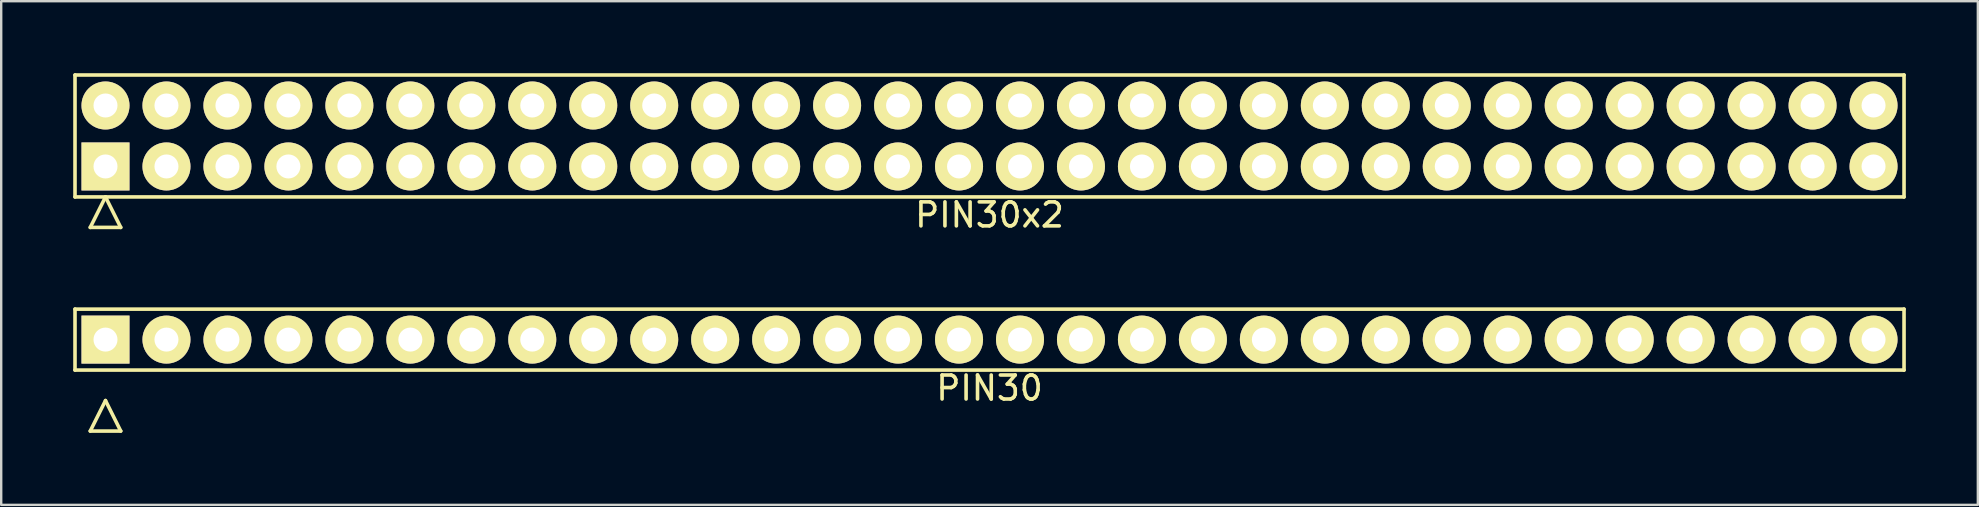
<source format=kicad_pcb>
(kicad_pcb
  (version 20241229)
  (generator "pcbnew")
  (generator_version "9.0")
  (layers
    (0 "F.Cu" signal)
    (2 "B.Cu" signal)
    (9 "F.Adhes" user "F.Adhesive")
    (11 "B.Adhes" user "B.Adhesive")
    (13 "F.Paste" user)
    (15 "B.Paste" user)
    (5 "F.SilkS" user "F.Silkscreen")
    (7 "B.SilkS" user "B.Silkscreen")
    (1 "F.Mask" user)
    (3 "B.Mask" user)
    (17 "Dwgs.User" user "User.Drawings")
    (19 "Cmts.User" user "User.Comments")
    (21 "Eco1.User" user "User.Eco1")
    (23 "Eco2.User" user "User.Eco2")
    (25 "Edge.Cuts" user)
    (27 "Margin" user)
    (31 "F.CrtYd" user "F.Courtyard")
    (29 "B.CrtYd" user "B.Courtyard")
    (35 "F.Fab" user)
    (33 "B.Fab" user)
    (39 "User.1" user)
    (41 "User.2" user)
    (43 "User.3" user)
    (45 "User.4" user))
  (footprint "PIN30"
    (layer "F.Cu")
    (at 38.175 11.098)
    (property "Reference" "PIN30" (at 0 2.02 0) (layer "F.SilkS") (effects (font (size 1 1) (thickness 0.15))))
    (attr through_hole)
    (fp_line (start -38.1 -1.27) (end -38.1 1.27) (stroke (width 0.15) (type solid)) (layer "F.SilkS"))
    (fp_line (start -38.1 1.27) (end 38.1 1.27) (stroke (width 0.15) (type solid)) (layer "F.SilkS"))
    (fp_line (start -37.465 3.81) (end -36.83 2.54) (stroke (width 0.15) (type solid)) (layer "F.SilkS"))
    (fp_line (start -37.465 3.81) (end -36.195 3.81) (stroke (width 0.15) (type solid)) (layer "F.SilkS"))
    (fp_line (start -36.195 3.81) (end -36.83 2.54) (stroke (width 0.15) (type solid)) (layer "F.SilkS"))
    (fp_line (start 38.1 -1.27) (end -38.1 -1.27) (stroke (width 0.15) (type solid)) (layer "F.SilkS"))
    (fp_line (start 38.1 1.27) (end 38.1 -1.27) (stroke (width 0.15) (type solid)) (layer "F.SilkS"))
    (pad "1" thru_hole rect (at -36.83 0) (size 2 2) (drill 1) (layers "*.Cu" "*.Mask" "F.SilkS"))
    (pad "2" thru_hole circle (at -34.29 0) (size 2 2) (drill 1) (layers "*.Cu" "*.Mask" "F.SilkS"))
    (pad "3" thru_hole circle (at -31.75 0) (size 2 2) (drill 1) (layers "*.Cu" "*.Mask" "F.SilkS"))
    (pad "4" thru_hole circle (at -29.21 0) (size 2 2) (drill 1) (layers "*.Cu" "*.Mask" "F.SilkS"))
    (pad "5" thru_hole circle (at -26.67 0) (size 2 2) (drill 1) (layers "*.Cu" "*.Mask" "F.SilkS"))
    (pad "6" thru_hole circle (at -24.13 0) (size 2 2) (drill 1) (layers "*.Cu" "*.Mask" "F.SilkS"))
    (pad "7" thru_hole circle (at -21.59 0) (size 2 2) (drill 1) (layers "*.Cu" "*.Mask" "F.SilkS"))
    (pad "8" thru_hole circle (at -19.05 0) (size 2 2) (drill 1) (layers "*.Cu" "*.Mask" "F.SilkS"))
    (pad "9" thru_hole circle (at -16.51 0) (size 2 2) (drill 1) (layers "*.Cu" "*.Mask" "F.SilkS"))
    (pad "10" thru_hole circle (at -13.97 0) (size 2 2) (drill 1) (layers "*.Cu" "*.Mask" "F.SilkS"))
    (pad "11" thru_hole circle (at -11.43 0) (size 2 2) (drill 1) (layers "*.Cu" "*.Mask" "F.SilkS"))
    (pad "12" thru_hole circle (at -8.89 0) (size 2 2) (drill 1) (layers "*.Cu" "*.Mask" "F.SilkS"))
    (pad "13" thru_hole circle (at -6.35 0) (size 2 2) (drill 1) (layers "*.Cu" "*.Mask" "F.SilkS"))
    (pad "14" thru_hole circle (at -3.81 0) (size 2 2) (drill 1) (layers "*.Cu" "*.Mask" "F.SilkS"))
    (pad "15" thru_hole circle (at -1.27 0) (size 2 2) (drill 1) (layers "*.Cu" "*.Mask" "F.SilkS"))
    (pad "16" thru_hole circle (at 1.27 0) (size 2 2) (drill 1) (layers "*.Cu" "*.Mask" "F.SilkS"))
    (pad "17" thru_hole circle (at 3.81 0) (size 2 2) (drill 1) (layers "*.Cu" "*.Mask" "F.SilkS"))
    (pad "18" thru_hole circle (at 6.35 0) (size 2 2) (drill 1) (layers "*.Cu" "*.Mask" "F.SilkS"))
    (pad "19" thru_hole circle (at 8.89 0) (size 2 2) (drill 1) (layers "*.Cu" "*.Mask" "F.SilkS"))
    (pad "20" thru_hole circle (at 11.43 0) (size 2 2) (drill 1) (layers "*.Cu" "*.Mask" "F.SilkS"))
    (pad "21" thru_hole circle (at 13.97 0) (size 2 2) (drill 1) (layers "*.Cu" "*.Mask" "F.SilkS"))
    (pad "22" thru_hole circle (at 16.51 0) (size 2 2) (drill 1) (layers "*.Cu" "*.Mask" "F.SilkS"))
    (pad "23" thru_hole circle (at 19.05 0) (size 2 2) (drill 1) (layers "*.Cu" "*.Mask" "F.SilkS"))
    (pad "24" thru_hole circle (at 21.59 0) (size 2 2) (drill 1) (layers "*.Cu" "*.Mask" "F.SilkS"))
    (pad "25" thru_hole circle (at 24.13 0) (size 2 2) (drill 1) (layers "*.Cu" "*.Mask" "F.SilkS"))
    (pad "26" thru_hole circle (at 26.67 0) (size 2 2) (drill 1) (layers "*.Cu" "*.Mask" "F.SilkS"))
    (pad "27" thru_hole circle (at 29.21 0) (size 2 2) (drill 1) (layers "*.Cu" "*.Mask" "F.SilkS"))
    (pad "28" thru_hole circle (at 31.75 0) (size 2 2) (drill 1) (layers "*.Cu" "*.Mask" "F.SilkS"))
    (pad "29" thru_hole circle (at 34.29 0) (size 2 2) (drill 1) (layers "*.Cu" "*.Mask" "F.SilkS"))
    (pad "30" thru_hole circle (at 36.83 0) (size 2 2) (drill 1) (layers "*.Cu" "*.Mask" "F.SilkS")))
  (footprint "PIN30x2"
    (layer "F.Cu")
    (at 38.175 2.615)
    (property "Reference" "PIN30x2" (at 0 3.29 0) (layer "F.SilkS") (effects (font (size 1 1) (thickness 0.15))))
    (attr through_hole)
    (fp_line (start -38.1 -2.54) (end -38.1 2.54) (stroke (width 0.15) (type solid)) (layer "F.SilkS"))
    (fp_line (start -38.1 2.54) (end 38.1 2.54) (stroke (width 0.15) (type solid)) (layer "F.SilkS"))
    (fp_line (start -37.465 3.81) (end -36.83 2.54) (stroke (width 0.15) (type solid)) (layer "F.SilkS"))
    (fp_line (start -37.465 3.81) (end -36.195 3.81) (stroke (width 0.15) (type solid)) (layer "F.SilkS"))
    (fp_line (start -36.195 3.81) (end -36.83 2.54) (stroke (width 0.15) (type solid)) (layer "F.SilkS"))
    (fp_line (start 38.1 -2.54) (end -38.1 -2.54) (stroke (width 0.15) (type solid)) (layer "F.SilkS"))
    (fp_line (start 38.1 2.54) (end 38.1 -2.54) (stroke (width 0.15) (type solid)) (layer "F.SilkS"))
    (pad "1" thru_hole rect (at -36.83 1.27) (size 2 2) (drill 1) (layers "*.Cu" "*.Mask" "F.SilkS"))
    (pad "2" thru_hole circle (at -36.83 -1.27) (size 2 2) (drill 1) (layers "*.Cu" "*.Mask" "F.SilkS"))
    (pad "3" thru_hole circle (at -34.29 1.27) (size 2 2) (drill 1) (layers "*.Cu" "*.Mask" "F.SilkS"))
    (pad "4" thru_hole circle (at -34.29 -1.27) (size 2 2) (drill 1) (layers "*.Cu" "*.Mask" "F.SilkS"))
    (pad "5" thru_hole circle (at -31.75 1.27) (size 2 2) (drill 1) (layers "*.Cu" "*.Mask" "F.SilkS"))
    (pad "6" thru_hole circle (at -31.75 -1.27) (size 2 2) (drill 1) (layers "*.Cu" "*.Mask" "F.SilkS"))
    (pad "7" thru_hole circle (at -29.21 1.27) (size 2 2) (drill 1) (layers "*.Cu" "*.Mask" "F.SilkS"))
    (pad "8" thru_hole circle (at -29.21 -1.27) (size 2 2) (drill 1) (layers "*.Cu" "*.Mask" "F.SilkS"))
    (pad "9" thru_hole circle (at -26.67 1.27) (size 2 2) (drill 1) (layers "*.Cu" "*.Mask" "F.SilkS"))
    (pad "10" thru_hole circle (at -26.67 -1.27) (size 2 2) (drill 1) (layers "*.Cu" "*.Mask" "F.SilkS"))
    (pad "11" thru_hole circle (at -24.13 1.27) (size 2 2) (drill 1) (layers "*.Cu" "*.Mask" "F.SilkS"))
    (pad "12" thru_hole circle (at -24.13 -1.27) (size 2 2) (drill 1) (layers "*.Cu" "*.Mask" "F.SilkS"))
    (pad "13" thru_hole circle (at -21.59 1.27) (size 2 2) (drill 1) (layers "*.Cu" "*.Mask" "F.SilkS"))
    (pad "14" thru_hole circle (at -21.59 -1.27) (size 2 2) (drill 1) (layers "*.Cu" "*.Mask" "F.SilkS"))
    (pad "15" thru_hole circle (at -19.05 1.27) (size 2 2) (drill 1) (layers "*.Cu" "*.Mask" "F.SilkS"))
    (pad "16" thru_hole circle (at -19.05 -1.27) (size 2 2) (drill 1) (layers "*.Cu" "*.Mask" "F.SilkS"))
    (pad "17" thru_hole circle (at -16.51 1.27) (size 2 2) (drill 1) (layers "*.Cu" "*.Mask" "F.SilkS"))
    (pad "18" thru_hole circle (at -16.51 -1.27) (size 2 2) (drill 1) (layers "*.Cu" "*.Mask" "F.SilkS"))
    (pad "19" thru_hole circle (at -13.97 1.27) (size 2 2) (drill 1) (layers "*.Cu" "*.Mask" "F.SilkS"))
    (pad "20" thru_hole circle (at -13.97 -1.27) (size 2 2) (drill 1) (layers "*.Cu" "*.Mask" "F.SilkS"))
    (pad "21" thru_hole circle (at -11.43 1.27) (size 2 2) (drill 1) (layers "*.Cu" "*.Mask" "F.SilkS"))
    (pad "22" thru_hole circle (at -11.43 -1.27) (size 2 2) (drill 1) (layers "*.Cu" "*.Mask" "F.SilkS"))
    (pad "23" thru_hole circle (at -8.89 1.27) (size 2 2) (drill 1) (layers "*.Cu" "*.Mask" "F.SilkS"))
    (pad "24" thru_hole circle (at -8.89 -1.27) (size 2 2) (drill 1) (layers "*.Cu" "*.Mask" "F.SilkS"))
    (pad "25" thru_hole circle (at -6.35 1.27) (size 2 2) (drill 1) (layers "*.Cu" "*.Mask" "F.SilkS"))
    (pad "26" thru_hole circle (at -6.35 -1.27) (size 2 2) (drill 1) (layers "*.Cu" "*.Mask" "F.SilkS"))
    (pad "27" thru_hole circle (at -3.81 1.27) (size 2 2) (drill 1) (layers "*.Cu" "*.Mask" "F.SilkS"))
    (pad "28" thru_hole circle (at -3.81 -1.27) (size 2 2) (drill 1) (layers "*.Cu" "*.Mask" "F.SilkS"))
    (pad "29" thru_hole circle (at -1.27 1.27) (size 2 2) (drill 1) (layers "*.Cu" "*.Mask" "F.SilkS"))
    (pad "30" thru_hole circle (at -1.27 -1.27) (size 2 2) (drill 1) (layers "*.Cu" "*.Mask" "F.SilkS"))
    (pad "31" thru_hole circle (at 1.27 1.27) (size 2 2) (drill 1) (layers "*.Cu" "*.Mask" "F.SilkS"))
    (pad "32" thru_hole circle (at 1.27 -1.27) (size 2 2) (drill 1) (layers "*.Cu" "*.Mask" "F.SilkS"))
    (pad "33" thru_hole circle (at 3.81 1.27) (size 2 2) (drill 1) (layers "*.Cu" "*.Mask" "F.SilkS"))
    (pad "34" thru_hole circle (at 3.81 -1.27) (size 2 2) (drill 1) (layers "*.Cu" "*.Mask" "F.SilkS"))
    (pad "35" thru_hole circle (at 6.35 1.27) (size 2 2) (drill 1) (layers "*.Cu" "*.Mask" "F.SilkS"))
    (pad "36" thru_hole circle (at 6.35 -1.27) (size 2 2) (drill 1) (layers "*.Cu" "*.Mask" "F.SilkS"))
    (pad "37" thru_hole circle (at 8.89 1.27) (size 2 2) (drill 1) (layers "*.Cu" "*.Mask" "F.SilkS"))
    (pad "38" thru_hole circle (at 8.89 -1.27) (size 2 2) (drill 1) (layers "*.Cu" "*.Mask" "F.SilkS"))
    (pad "39" thru_hole circle (at 11.43 1.27) (size 2 2) (drill 1) (layers "*.Cu" "*.Mask" "F.SilkS"))
    (pad "40" thru_hole circle (at 11.43 -1.27) (size 2 2) (drill 1) (layers "*.Cu" "*.Mask" "F.SilkS"))
    (pad "41" thru_hole circle (at 13.97 1.27) (size 2 2) (drill 1) (layers "*.Cu" "*.Mask" "F.SilkS"))
    (pad "42" thru_hole circle (at 13.97 -1.27) (size 2 2) (drill 1) (layers "*.Cu" "*.Mask" "F.SilkS"))
    (pad "43" thru_hole circle (at 16.51 1.27) (size 2 2) (drill 1) (layers "*.Cu" "*.Mask" "F.SilkS"))
    (pad "44" thru_hole circle (at 16.51 -1.27) (size 2 2) (drill 1) (layers "*.Cu" "*.Mask" "F.SilkS"))
    (pad "45" thru_hole circle (at 19.05 1.27) (size 2 2) (drill 1) (layers "*.Cu" "*.Mask" "F.SilkS"))
    (pad "46" thru_hole circle (at 19.05 -1.27) (size 2 2) (drill 1) (layers "*.Cu" "*.Mask" "F.SilkS"))
    (pad "47" thru_hole circle (at 21.59 1.27) (size 2 2) (drill 1) (layers "*.Cu" "*.Mask" "F.SilkS"))
    (pad "48" thru_hole circle (at 21.59 -1.27) (size 2 2) (drill 1) (layers "*.Cu" "*.Mask" "F.SilkS"))
    (pad "49" thru_hole circle (at 24.13 1.27) (size 2 2) (drill 1) (layers "*.Cu" "*.Mask" "F.SilkS"))
    (pad "50" thru_hole circle (at 24.13 -1.27) (size 2 2) (drill 1) (layers "*.Cu" "*.Mask" "F.SilkS"))
    (pad "51" thru_hole circle (at 26.67 1.27) (size 2 2) (drill 1) (layers "*.Cu" "*.Mask" "F.SilkS"))
    (pad "52" thru_hole circle (at 26.67 -1.27) (size 2 2) (drill 1) (layers "*.Cu" "*.Mask" "F.SilkS"))
    (pad "53" thru_hole circle (at 29.21 1.27) (size 2 2) (drill 1) (layers "*.Cu" "*.Mask" "F.SilkS"))
    (pad "54" thru_hole circle (at 29.21 -1.27) (size 2 2) (drill 1) (layers "*.Cu" "*.Mask" "F.SilkS"))
    (pad "55" thru_hole circle (at 31.75 1.27) (size 2 2) (drill 1) (layers "*.Cu" "*.Mask" "F.SilkS"))
    (pad "56" thru_hole circle (at 31.75 -1.27) (size 2 2) (drill 1) (layers "*.Cu" "*.Mask" "F.SilkS"))
    (pad "57" thru_hole circle (at 34.29 1.27) (size 2 2) (drill 1) (layers "*.Cu" "*.Mask" "F.SilkS"))
    (pad "58" thru_hole circle (at 34.29 -1.27) (size 2 2) (drill 1) (layers "*.Cu" "*.Mask" "F.SilkS"))
    (pad "59" thru_hole circle (at 36.83 1.27) (size 2 2) (drill 1) (layers "*.Cu" "*.Mask" "F.SilkS"))
    (pad "60" thru_hole circle (at 36.83 -1.27) (size 2 2) (drill 1) (layers "*.Cu" "*.Mask" "F.SilkS")))
  (gr_rect
    (start -3 -3)
    (end 79.35 17.983)
    (stroke (width 0.1) (type default))
    (fill no)
    (layer "Edge.Cuts")))
</source>
